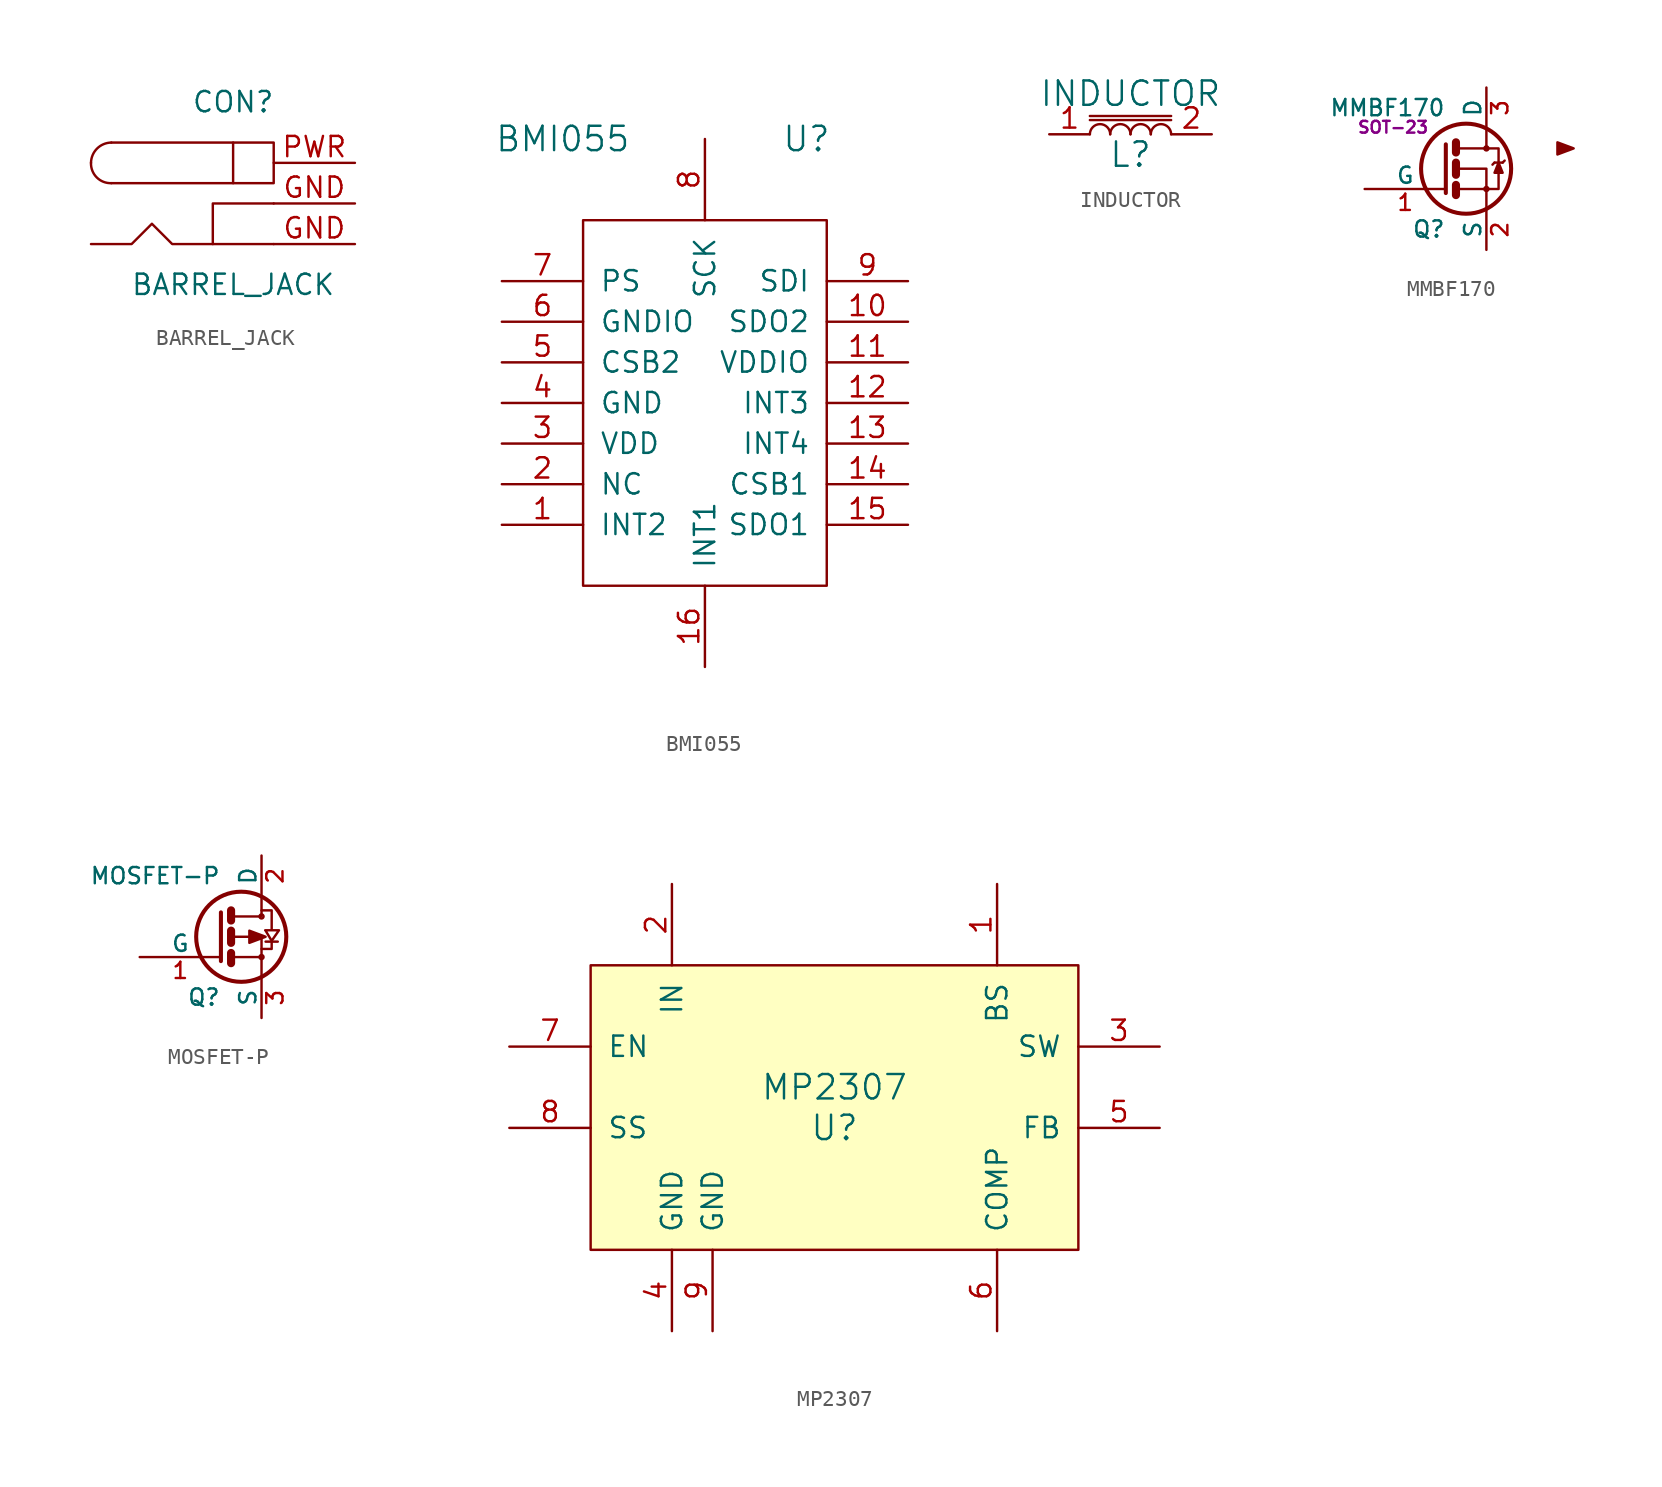
<source format=kicad_sym>
(kicad_symbol_lib
  (version 20211014)
  (generator kicad_symbol_editor)
  (symbol "BARREL_JACK"
    (pin_names
      (offset 1.016))
    (property "Reference" "CON"
      (at 0 6.35 0)
      (effects (font (size 1.27 1.27))))
    (property "Value" "BARREL_JACK"
      (at 0 -5.08 0)
      (effects (font (size 1.27 1.27))))
    (property "Footprint" ""
      (at 0 0 0)
      (effects (font (size 1.27 1.27))))
    (property "Datasheet" ""
      (at 0 0 0)
      (effects (font (size 1.27 1.27))))
    (symbol "BARREL_JACK_0_1"
      (arc (start -8.89 2.54) (mid -8.5271 1.6254) (end -7.62 1.27) (stroke (width 0) (type default) (color 0 0 0 0)) (fill (type none)))
      (arc (start -7.62 3.81) (mid -8.5088 3.4366) (end -8.89 2.54) (stroke (width 0) (type default) (color 0 0 0 0)) (fill (type none)))
      (polyline (pts (xy -7.62 1.27) (xy 0 1.27)) (stroke (width 0) (type default) (color 0 0 0 0)) (fill (type none)))
      (polyline (pts (xy 0 3.81) (xy -7.62 3.81)) (stroke (width 0) (type default) (color 0 0 0 0)) (fill (type none)))
      (polyline (pts (xy 2.54 0) (xy -1.27 0) (xy -1.27 -2.54)) (stroke (width 0) (type default) (color 0 0 0 0)) (fill (type none)))
      (polyline (pts (xy 2.54 -2.54) (xy -3.81 -2.54) (xy -5.08 -1.27) (xy -6.35 -2.54) (xy -8.89 -2.54)) (stroke (width 0) (type default) (color 0 0 0 0)) (fill (type none)))
      (rectangle (start 2.54 3.81) (end 0 1.27) (stroke (width 0) (type default) (color 0 0 0 0)) (fill (type none))))
    (symbol "BARREL_JACK_1_1"
      (pin passive line (at 7.62 -2.54 180) (length 5.08) (name "~" (effects (font (size 1.27 1.27)))) (number "GND" (effects (font (size 1.27 1.27)))))
      (pin passive line (at 7.62 0 180) (length 5.08) (name "~" (effects (font (size 1.27 1.27)))) (number "GND" (effects (font (size 1.27 1.27)))))
      (pin passive line (at 7.62 2.54 180) (length 5.08) (name "~" (effects (font (size 1.27 1.27)))) (number "PWR" (effects (font (size 1.27 1.27)))))))
  (symbol "BMI055"
    (pin_names
      (offset 1.016))
    (property "Reference" "U"
      (at 6.35 11.43 0)
      (effects (font (size 1.524 1.524))))
    (property "Value" "BMI055"
      (at -8.89 11.43 0)
      (effects (font (size 1.524 1.524))))
    (property "Footprint" ""
      (at 0 0 0)
      (effects (font (size 1.524 1.524))))
    (property "Datasheet" ""
      (at 0 0 0)
      (effects (font (size 1.524 1.524))))
    (symbol "BMI055_0_1"
      (rectangle (start 7.62 6.35) (end -7.62 -16.51) (stroke (width 0) (type default) (color 0 0 0 0)) (fill (type none))))
    (symbol "BMI055_1_1"
      (pin input line (at -12.7 -12.7 0) (length 5.08) (name "INT2" (effects (font (size 1.27 1.27)))) (number "1" (effects (font (size 1.27 1.27)))))
      (pin input line (at 12.7 0 180) (length 5.08) (name "SDO2" (effects (font (size 1.27 1.27)))) (number "10" (effects (font (size 1.27 1.27)))))
      (pin input line (at 12.7 -2.54 180) (length 5.08) (name "VDDIO" (effects (font (size 1.27 1.27)))) (number "11" (effects (font (size 1.27 1.27)))))
      (pin input line (at 12.7 -5.08 180) (length 5.08) (name "INT3" (effects (font (size 1.27 1.27)))) (number "12" (effects (font (size 1.27 1.27)))))
      (pin input line (at 12.7 -7.62 180) (length 5.08) (name "INT4" (effects (font (size 1.27 1.27)))) (number "13" (effects (font (size 1.27 1.27)))))
      (pin input line (at 12.7 -10.16 180) (length 5.08) (name "CSB1" (effects (font (size 1.27 1.27)))) (number "14" (effects (font (size 1.27 1.27)))))
      (pin input line (at 12.7 -12.7 180) (length 5.08) (name "SDO1" (effects (font (size 1.27 1.27)))) (number "15" (effects (font (size 1.27 1.27)))))
      (pin input line (at 0 -21.59 90) (length 5.08) (name "INT1" (effects (font (size 1.27 1.27)))) (number "16" (effects (font (size 1.27 1.27)))))
      (pin input line (at -12.7 -10.16 0) (length 5.08) (name "NC" (effects (font (size 1.27 1.27)))) (number "2" (effects (font (size 1.27 1.27)))))
      (pin input line (at -12.7 -7.62 0) (length 5.08) (name "VDD" (effects (font (size 1.27 1.27)))) (number "3" (effects (font (size 1.27 1.27)))))
      (pin input line (at -12.7 -5.08 0) (length 5.08) (name "GND" (effects (font (size 1.27 1.27)))) (number "4" (effects (font (size 1.27 1.27)))))
      (pin input line (at -12.7 -2.54 0) (length 5.08) (name "CSB2" (effects (font (size 1.27 1.27)))) (number "5" (effects (font (size 1.27 1.27)))))
      (pin input line (at -12.7 0 0) (length 5.08) (name "GNDIO" (effects (font (size 1.27 1.27)))) (number "6" (effects (font (size 1.27 1.27)))))
      (pin input line (at -12.7 2.54 0) (length 5.08) (name "PS" (effects (font (size 1.27 1.27)))) (number "7" (effects (font (size 1.27 1.27)))))
      (pin input line (at 0 11.43 270) (length 5.08) (name "SCK" (effects (font (size 1.27 1.27)))) (number "8" (effects (font (size 1.27 1.27)))))
      (pin input line (at 12.7 2.54 180) (length 5.08) (name "SDI" (effects (font (size 1.27 1.27)))) (number "9" (effects (font (size 1.27 1.27)))))))
  (symbol "INDUCTOR"
    (pin_names
      (offset 1.016))
    (property "Reference" "L"
      (at 0 -1.27 0)
      (effects (font (size 1.524 1.524))))
    (property "Value" "INDUCTOR"
      (at 0 2.54 0)
      (effects (font (size 1.524 1.524))))
    (symbol "INDUCTOR_0_1"
      (arc (start -1.27 0) (mid -1.905 0.635) (end -2.54 0) (stroke (width 0) (type default) (color 0 0 0 0)) (fill (type none)))
      (arc (start 0 0) (mid -0.635 0.635) (end -1.27 0) (stroke (width 0) (type default) (color 0 0 0 0)) (fill (type none)))
      (polyline (pts (xy -2.54 1.143) (xy 2.54 1.143)) (stroke (width 0) (type default) (color 0 0 0 0)) (fill (type none)))
      (polyline (pts (xy 2.54 0.889) (xy -2.54 0.889)) (stroke (width 0) (type default) (color 0 0 0 0)) (fill (type none)))
      (arc (start 1.27 0) (mid 0.635 0.635) (end 0 0) (stroke (width 0) (type default) (color 0 0 0 0)) (fill (type none)))
      (arc (start 2.54 0) (mid 1.905 0.635) (end 1.27 0) (stroke (width 0) (type default) (color 0 0 0 0)) (fill (type none))))
    (symbol "INDUCTOR_1_1"
      (pin input line (at -5.08 0 0) (length 2.54) (name "~" (effects (font (size 1.27 1.27)))) (number "1" (effects (font (size 1.27 1.27)))))
      (pin input line (at 5.08 0 180) (length 2.54) (name "~" (effects (font (size 1.27 1.27)))) (number "2" (effects (font (size 1.27 1.27)))))))
  (symbol "MMBF170"
    (pin_names
      (offset 0))
    (property "Reference" "Q"
      (at 0 -3.785 0)
      (effects (font (size 1.016 1.016)) (justify right)))
    (property "Value" "MMBF170"
      (at 0 3.81 0)
      (effects (font (size 1.016 1.016)) (justify right)))
    (property "Footprint" "SOT-23"
      (at -3.302 2.591 0)
      (effects (font (size 0.737 0.737))))
    (property "Datasheet" ""
      (at 7.62 3.81 0)
      (effects (font (size 1.524 1.524))))
    (symbol "MMBF170_0_1"
      (polyline (pts (xy 0.635 -1.016) (xy 0.635 -1.651)) (stroke (width 0.508) (type default) (color 0 0 0 0)) (fill (type none)))
      (polyline (pts (xy 0.635 0.381) (xy 0.635 -0.381)) (stroke (width 0.508) (type default) (color 0 0 0 0)) (fill (type none)))
      (polyline (pts (xy 0.635 1.651) (xy 0.635 1.016)) (stroke (width 0.508) (type default) (color 0 0 0 0)) (fill (type none)))
      (polyline (pts (xy 3.048 0.381) (xy 2.921 0.254)) (stroke (width 0) (type default) (color 0 0 0 0)) (fill (type none)))
      (polyline (pts (xy 3.048 0.381) (xy 3.556 0.381)) (stroke (width 0) (type default) (color 0 0 0 0)) (fill (type none)))
      (polyline (pts (xy 3.556 0.381) (xy 3.683 0.508)) (stroke (width 0) (type default) (color 0 0 0 0)) (fill (type none)))
      (polyline (pts (xy 0 1.524) (xy 0 -1.524) (xy 0 -1.524)) (stroke (width 0.254) (type default) (color 0 0 0 0)) (fill (type none)))
      (polyline (pts (xy 0.762 -1.27) (xy 2.54 -1.27) (xy 2.54 -2.54) (xy 2.54 -2.54)) (stroke (width 0) (type default) (color 0 0 0 0)) (fill (type none)))
      (polyline (pts (xy 0.762 1.27) (xy 2.54 1.27) (xy 2.54 2.54) (xy 2.54 2.54)) (stroke (width 0) (type default) (color 0 0 0 0)) (fill (type none)))
      (polyline (pts (xy 2.54 1.27) (xy 3.302 1.27) (xy 3.302 -1.27) (xy 2.54 -1.27)) (stroke (width 0) (type default) (color 0 0 0 0)) (fill (type none)))
      (polyline (pts (xy 3.302 0.381) (xy 3.048 -0.254) (xy 3.556 -0.254) (xy 3.302 0.381)) (stroke (width 0) (type default) (color 0 0 0 0)) (fill (type outline)))
      (polyline (pts (xy 0.762 0) (xy 1.27 0) (xy 2.54 0) (xy 2.54 -1.27) (xy 2.54 -1.27)) (stroke (width 0) (type default) (color 0 0 0 0)) (fill (type none)))
      (polyline (pts (xy 8.001 1.27) (xy 6.985 1.651) (xy 6.985 0.889) (xy 8.001 1.27) (xy 7.874 1.27) (xy 7.874 1.27)) (stroke (width 0) (type default) (color 0 0 0 0)) (fill (type outline)))
      (circle (center 1.27 0) (radius 2.819) (stroke (width 0.254) (type default) (color 0 0 0 0)) (fill (type none)))
      (circle (center 2.54 -1.27) (radius 0.127) (stroke (width 0) (type default) (color 0 0 0 0)) (fill (type none)))
      (circle (center 2.54 1.27) (radius 0.127) (stroke (width 0) (type default) (color 0 0 0 0)) (fill (type none))))
    (symbol "MMBF170_1_1"
      (pin input line (at -5.08 -1.27 0) (length 5.08) (name "G" (effects (font (size 1.016 1.016)))) (number "1" (effects (font (size 1.016 1.016)))))
      (pin passive line (at 2.54 -5.08 90) (length 2.54) (name "S" (effects (font (size 1.016 1.016)))) (number "2" (effects (font (size 1.016 1.016)))))
      (pin passive line (at 2.54 5.08 270) (length 2.54) (name "D" (effects (font (size 1.016 1.016)))) (number "3" (effects (font (size 1.016 1.016)))))))
  (symbol "MOSFET-P"
    (pin_names
      (offset 0))
    (property "Reference" "Q"
      (at 0 -3.785 0)
      (effects (font (size 1.016 1.016)) (justify right)))
    (property "Value" "MOSFET-P"
      (at 0 3.81 0)
      (effects (font (size 1.016 1.016)) (justify right)))
    (property "Footprint" ""
      (at 7.62 3.81 0)
      (effects (font (size 1.524 1.524))))
    (property "Datasheet" ""
      (at 7.62 3.81 0)
      (effects (font (size 1.524 1.524))))
    (symbol "MOSFET-P_0_1"
      (polyline (pts (xy 0.635 -1.016) (xy 0.635 -1.651)) (stroke (width 0.508) (type default) (color 0 0 0 0)) (fill (type none)))
      (polyline (pts (xy 0.635 0.381) (xy 0.635 -0.381)) (stroke (width 0.508) (type default) (color 0 0 0 0)) (fill (type none)))
      (polyline (pts (xy 0.635 1.651) (xy 0.635 1.016)) (stroke (width 0.508) (type default) (color 0 0 0 0)) (fill (type none)))
      (polyline (pts (xy 2.794 -0.305) (xy 3.556 -0.305)) (stroke (width 0) (type default) (color 0 0 0 0)) (fill (type none)))
      (polyline (pts (xy 0 1.524) (xy 0 -1.524) (xy 0 -1.524)) (stroke (width 0.254) (type default) (color 0 0 0 0)) (fill (type none)))
      (polyline (pts (xy 2.54 -0.762) (xy 3.175 -0.762) (xy 3.175 -0.279)) (stroke (width 0) (type default) (color 0 0 0 0)) (fill (type none)))
      (polyline (pts (xy 3.175 0.483) (xy 3.175 1.651) (xy 2.54 1.651)) (stroke (width 0) (type default) (color 0 0 0 0)) (fill (type none)))
      (polyline (pts (xy 0.762 -1.27) (xy 2.54 -1.27) (xy 2.54 -2.54) (xy 2.54 -2.54)) (stroke (width 0) (type default) (color 0 0 0 0)) (fill (type none)))
      (polyline (pts (xy 0.762 1.27) (xy 2.54 1.27) (xy 2.54 2.54) (xy 2.54 2.54)) (stroke (width 0) (type default) (color 0 0 0 0)) (fill (type none)))
      (polyline (pts (xy 2.769 0.406) (xy 3.632 0.406) (xy 3.175 -0.254) (xy 2.794 0.381)) (stroke (width 0) (type default) (color 0 0 0 0)) (fill (type none)))
      (polyline (pts (xy 0.762 0) (xy 1.27 0) (xy 2.54 0) (xy 2.54 -1.27) (xy 2.54 -1.27)) (stroke (width 0) (type default) (color 0 0 0 0)) (fill (type none)))
      (polyline (pts (xy 2.794 0) (xy 1.778 0.381) (xy 1.778 -0.381) (xy 2.794 0) (xy 1.778 0)) (stroke (width 0) (type default) (color 0 0 0 0)) (fill (type outline)))
      (circle (center 1.27 0) (radius 2.819) (stroke (width 0.254) (type default) (color 0 0 0 0)) (fill (type none)))
      (circle (center 2.54 -1.27) (radius 0.127) (stroke (width 0) (type default) (color 0 0 0 0)) (fill (type none)))
      (circle (center 2.54 1.27) (radius 0.127) (stroke (width 0) (type default) (color 0 0 0 0)) (fill (type none))))
    (symbol "MOSFET-P_1_1"
      (pin input line (at -5.08 -1.27 0) (length 5.08) (name "G" (effects (font (size 1.016 1.016)))) (number "1" (effects (font (size 1.016 1.016)))))
      (pin passive line (at 2.54 5.08 270) (length 2.54) (name "D" (effects (font (size 1.016 1.016)))) (number "2" (effects (font (size 1.016 1.016)))))
      (pin passive line (at 2.54 -5.08 90) (length 2.54) (name "S" (effects (font (size 1.016 1.016)))) (number "3" (effects (font (size 1.016 1.016)))))))
  (symbol "MP2307"
    (pin_names
      (offset 1.016))
    (property "Reference" "U"
      (at 0 -1.27 0)
      (effects (font (size 1.524 1.524))))
    (property "Value" "MP2307"
      (at 0 1.27 0)
      (effects (font (size 1.524 1.524))))
    (symbol "MP2307_0_1"
      (rectangle (start -15.24 8.89) (end 15.24 -8.89) (stroke (width 0) (type default) (color 0 0 0 0)) (fill (type background))))
    (symbol "MP2307_1_1"
      (pin input line (at 10.16 13.97 270) (length 5.08) (name "BS" (effects (font (size 1.27 1.27)))) (number "1" (effects (font (size 1.27 1.27)))))
      (pin input line (at -10.16 13.97 270) (length 5.08) (name "IN" (effects (font (size 1.27 1.27)))) (number "2" (effects (font (size 1.27 1.27)))))
      (pin input line (at 20.32 3.81 180) (length 5.08) (name "SW" (effects (font (size 1.27 1.27)))) (number "3" (effects (font (size 1.27 1.27)))))
      (pin input line (at -10.16 -13.97 90) (length 5.08) (name "GND" (effects (font (size 1.27 1.27)))) (number "4" (effects (font (size 1.27 1.27)))))
      (pin input line (at 20.32 -1.27 180) (length 5.08) (name "FB" (effects (font (size 1.27 1.27)))) (number "5" (effects (font (size 1.27 1.27)))))
      (pin input line (at 10.16 -13.97 90) (length 5.08) (name "COMP" (effects (font (size 1.27 1.27)))) (number "6" (effects (font (size 1.27 1.27)))))
      (pin input line (at -20.32 3.81 0) (length 5.08) (name "EN" (effects (font (size 1.27 1.27)))) (number "7" (effects (font (size 1.27 1.27)))))
      (pin input line (at -20.32 -1.27 0) (length 5.08) (name "SS" (effects (font (size 1.27 1.27)))) (number "8" (effects (font (size 1.27 1.27)))))
      (pin input line (at -7.62 -13.97 90) (length 5.08) (name "GND" (effects (font (size 1.27 1.27)))) (number "9" (effects (font (size 1.27 1.27))))))))
</source>
